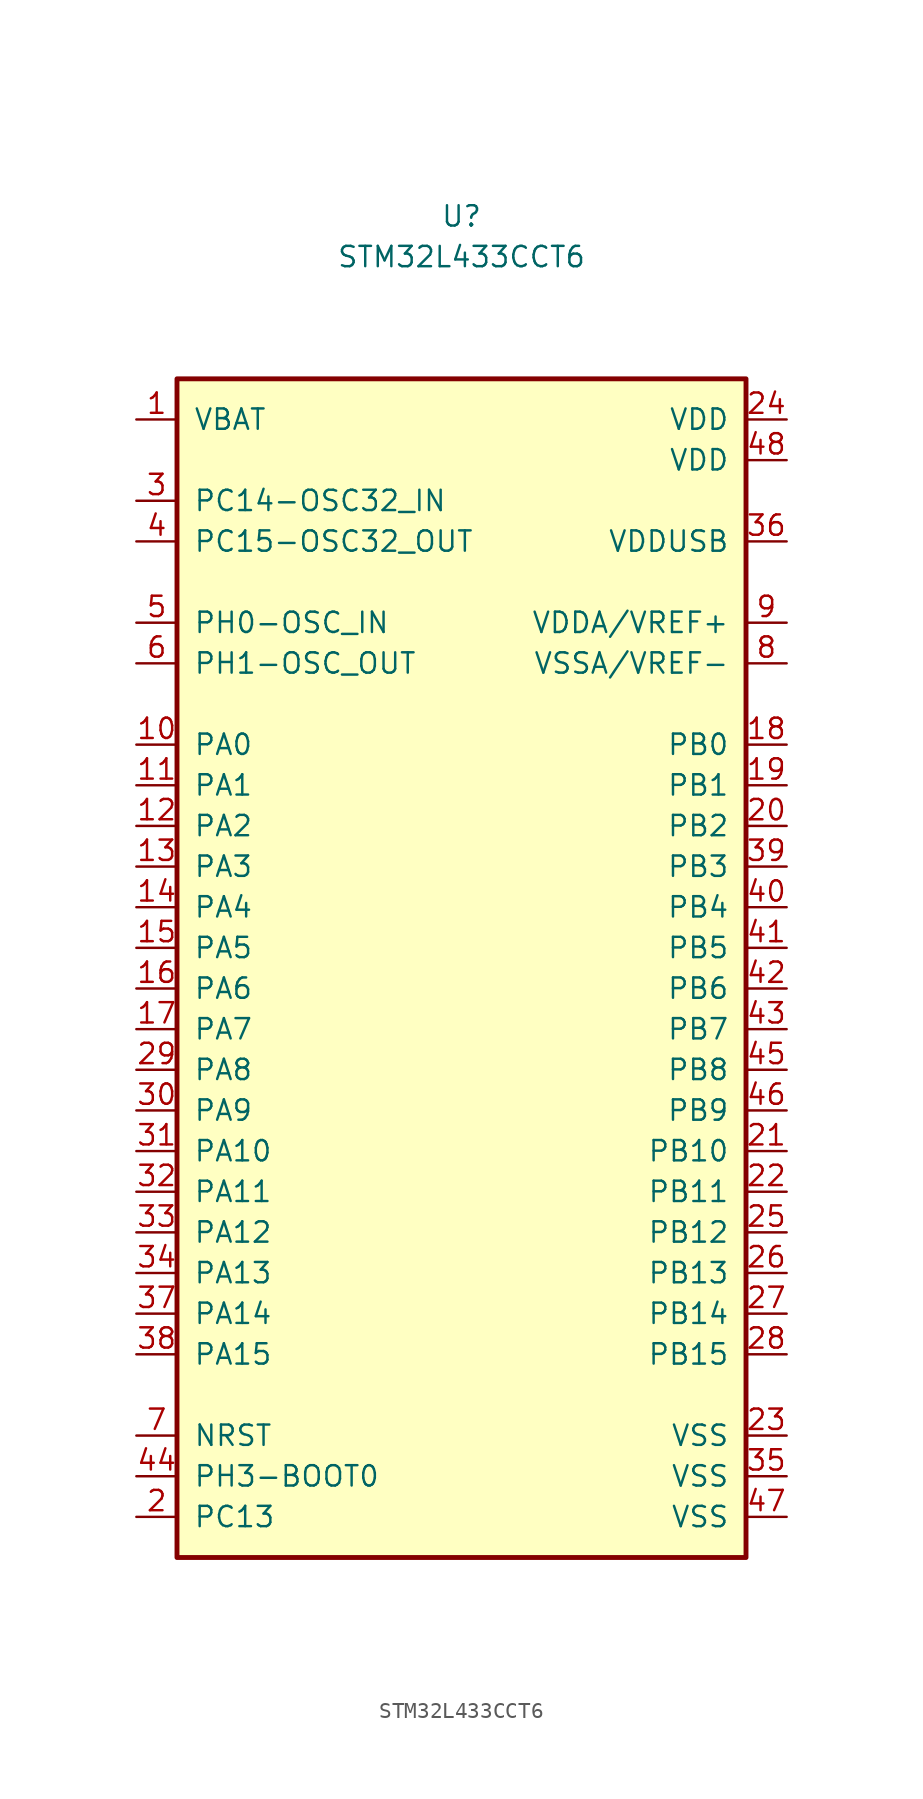
<source format=kicad_sym>
(kicad_symbol_lib
  (version 20211014)
  (generator kicad_symbol_editor)
  (symbol "STM32L433CCT6"
    (pin_names
      (offset 1.016))
    (property "Reference" "U"
      (at 0 45.72 0)
      (effects (font (size 1.27 1.27))))
    (property "Value" "STM32L433CCT6"
      (at 0 43.18 0)
      (effects (font (size 1.27 1.27))))
    (symbol "STM32L433CCT6_0_0"
      (pin power_in line (at -20.32 33.02 0) (length 2.54) (name "VBAT" (effects (font (size 1.27 1.27)))) (number "1" (effects (font (size 1.27 1.27)))))
      (pin bidirectional line (at -20.32 12.7 0) (length 2.54) (name "PA0" (effects (font (size 1.27 1.27)))) (number "10" (effects (font (size 1.27 1.27)))))
      (pin bidirectional line (at -20.32 10.16 0) (length 2.54) (name "PA1" (effects (font (size 1.27 1.27)))) (number "11" (effects (font (size 1.27 1.27)))))
      (pin bidirectional line (at -20.32 7.62 0) (length 2.54) (name "PA2" (effects (font (size 1.27 1.27)))) (number "12" (effects (font (size 1.27 1.27)))))
      (pin bidirectional line (at -20.32 5.08 0) (length 2.54) (name "PA3" (effects (font (size 1.27 1.27)))) (number "13" (effects (font (size 1.27 1.27)))))
      (pin bidirectional line (at -20.32 2.54 0) (length 2.54) (name "PA4" (effects (font (size 1.27 1.27)))) (number "14" (effects (font (size 1.27 1.27)))))
      (pin bidirectional line (at -20.32 0 0) (length 2.54) (name "PA5" (effects (font (size 1.27 1.27)))) (number "15" (effects (font (size 1.27 1.27)))))
      (pin bidirectional line (at -20.32 -2.54 0) (length 2.54) (name "PA6" (effects (font (size 1.27 1.27)))) (number "16" (effects (font (size 1.27 1.27)))))
      (pin bidirectional line (at -20.32 -5.08 0) (length 2.54) (name "PA7" (effects (font (size 1.27 1.27)))) (number "17" (effects (font (size 1.27 1.27)))))
      (pin bidirectional line (at 20.32 12.7 180) (length 2.54) (name "PB0" (effects (font (size 1.27 1.27)))) (number "18" (effects (font (size 1.27 1.27)))))
      (pin bidirectional line (at 20.32 10.16 180) (length 2.54) (name "PB1" (effects (font (size 1.27 1.27)))) (number "19" (effects (font (size 1.27 1.27)))))
      (pin bidirectional line (at -20.32 -35.56 0) (length 2.54) (name "PC13" (effects (font (size 1.27 1.27)))) (number "2" (effects (font (size 1.27 1.27)))))
      (pin bidirectional line (at 20.32 7.62 180) (length 2.54) (name "PB2" (effects (font (size 1.27 1.27)))) (number "20" (effects (font (size 1.27 1.27)))))
      (pin bidirectional line (at 20.32 -12.7 180) (length 2.54) (name "PB10" (effects (font (size 1.27 1.27)))) (number "21" (effects (font (size 1.27 1.27)))))
      (pin bidirectional line (at 20.32 -15.24 180) (length 2.54) (name "PB11" (effects (font (size 1.27 1.27)))) (number "22" (effects (font (size 1.27 1.27)))))
      (pin power_in line (at 20.32 -30.48 180) (length 2.54) (name "VSS" (effects (font (size 1.27 1.27)))) (number "23" (effects (font (size 1.27 1.27)))))
      (pin power_in line (at 20.32 33.02 180) (length 2.54) (name "VDD" (effects (font (size 1.27 1.27)))) (number "24" (effects (font (size 1.27 1.27)))))
      (pin bidirectional line (at 20.32 -17.78 180) (length 2.54) (name "PB12" (effects (font (size 1.27 1.27)))) (number "25" (effects (font (size 1.27 1.27)))))
      (pin bidirectional line (at 20.32 -20.32 180) (length 2.54) (name "PB13" (effects (font (size 1.27 1.27)))) (number "26" (effects (font (size 1.27 1.27)))))
      (pin bidirectional line (at 20.32 -22.86 180) (length 2.54) (name "PB14" (effects (font (size 1.27 1.27)))) (number "27" (effects (font (size 1.27 1.27)))))
      (pin bidirectional line (at 20.32 -25.4 180) (length 2.54) (name "PB15" (effects (font (size 1.27 1.27)))) (number "28" (effects (font (size 1.27 1.27)))))
      (pin bidirectional line (at -20.32 -7.62 0) (length 2.54) (name "PA8" (effects (font (size 1.27 1.27)))) (number "29" (effects (font (size 1.27 1.27)))))
      (pin bidirectional line (at -20.32 27.94 0) (length 2.54) (name "PC14-OSC32_IN" (effects (font (size 1.27 1.27)))) (number "3" (effects (font (size 1.27 1.27)))))
      (pin bidirectional line (at -20.32 -10.16 0) (length 2.54) (name "PA9" (effects (font (size 1.27 1.27)))) (number "30" (effects (font (size 1.27 1.27)))))
      (pin bidirectional line (at -20.32 -12.7 0) (length 2.54) (name "PA10" (effects (font (size 1.27 1.27)))) (number "31" (effects (font (size 1.27 1.27)))))
      (pin bidirectional line (at -20.32 -15.24 0) (length 2.54) (name "PA11" (effects (font (size 1.27 1.27)))) (number "32" (effects (font (size 1.27 1.27)))))
      (pin bidirectional line (at -20.32 -17.78 0) (length 2.54) (name "PA12" (effects (font (size 1.27 1.27)))) (number "33" (effects (font (size 1.27 1.27)))))
      (pin bidirectional line (at -20.32 -20.32 0) (length 2.54) (name "PA13" (effects (font (size 1.27 1.27)))) (number "34" (effects (font (size 1.27 1.27)))))
      (pin power_in line (at 20.32 -33.02 180) (length 2.54) (name "VSS" (effects (font (size 1.27 1.27)))) (number "35" (effects (font (size 1.27 1.27)))))
      (pin power_in line (at 20.32 25.4 180) (length 2.54) (name "VDDUSB" (effects (font (size 1.27 1.27)))) (number "36" (effects (font (size 1.27 1.27)))))
      (pin bidirectional line (at -20.32 -22.86 0) (length 2.54) (name "PA14" (effects (font (size 1.27 1.27)))) (number "37" (effects (font (size 1.27 1.27)))))
      (pin bidirectional line (at -20.32 -25.4 0) (length 2.54) (name "PA15" (effects (font (size 1.27 1.27)))) (number "38" (effects (font (size 1.27 1.27)))))
      (pin bidirectional line (at 20.32 5.08 180) (length 2.54) (name "PB3" (effects (font (size 1.27 1.27)))) (number "39" (effects (font (size 1.27 1.27)))))
      (pin bidirectional line (at -20.32 25.4 0) (length 2.54) (name "PC15-OSC32_OUT" (effects (font (size 1.27 1.27)))) (number "4" (effects (font (size 1.27 1.27)))))
      (pin bidirectional line (at 20.32 2.54 180) (length 2.54) (name "PB4" (effects (font (size 1.27 1.27)))) (number "40" (effects (font (size 1.27 1.27)))))
      (pin bidirectional line (at 20.32 0 180) (length 2.54) (name "PB5" (effects (font (size 1.27 1.27)))) (number "41" (effects (font (size 1.27 1.27)))))
      (pin bidirectional line (at 20.32 -2.54 180) (length 2.54) (name "PB6" (effects (font (size 1.27 1.27)))) (number "42" (effects (font (size 1.27 1.27)))))
      (pin bidirectional line (at 20.32 -5.08 180) (length 2.54) (name "PB7" (effects (font (size 1.27 1.27)))) (number "43" (effects (font (size 1.27 1.27)))))
      (pin bidirectional line (at -20.32 -33.02 0) (length 2.54) (name "PH3-BOOT0" (effects (font (size 1.27 1.27)))) (number "44" (effects (font (size 1.27 1.27)))))
      (pin bidirectional line (at 20.32 -7.62 180) (length 2.54) (name "PB8" (effects (font (size 1.27 1.27)))) (number "45" (effects (font (size 1.27 1.27)))))
      (pin bidirectional line (at 20.32 -10.16 180) (length 2.54) (name "PB9" (effects (font (size 1.27 1.27)))) (number "46" (effects (font (size 1.27 1.27)))))
      (pin power_in line (at 20.32 -35.56 180) (length 2.54) (name "VSS" (effects (font (size 1.27 1.27)))) (number "47" (effects (font (size 1.27 1.27)))))
      (pin power_in line (at 20.32 30.48 180) (length 2.54) (name "VDD" (effects (font (size 1.27 1.27)))) (number "48" (effects (font (size 1.27 1.27)))))
      (pin bidirectional line (at -20.32 20.32 0) (length 2.54) (name "PH0-OSC_IN" (effects (font (size 1.27 1.27)))) (number "5" (effects (font (size 1.27 1.27)))))
      (pin bidirectional line (at -20.32 17.78 0) (length 2.54) (name "PH1-OSC_OUT" (effects (font (size 1.27 1.27)))) (number "6" (effects (font (size 1.27 1.27)))))
      (pin input line (at -20.32 -30.48 0) (length 2.54) (name "NRST" (effects (font (size 1.27 1.27)))) (number "7" (effects (font (size 1.27 1.27)))))
      (pin power_in line (at 20.32 17.78 180) (length 2.54) (name "VSSA/VREF-" (effects (font (size 1.27 1.27)))) (number "8" (effects (font (size 1.27 1.27)))))
      (pin power_in line (at 20.32 20.32 180) (length 2.54) (name "VDDA/VREF+" (effects (font (size 1.27 1.27)))) (number "9" (effects (font (size 1.27 1.27))))))
    (symbol "STM32L433CCT6_0_1"
      (rectangle (start -17.78 35.56) (end 17.78 -38.1) (stroke (width 0.305) (type default) (color 0 0 0 0)) (fill (type background))))))
</source>
